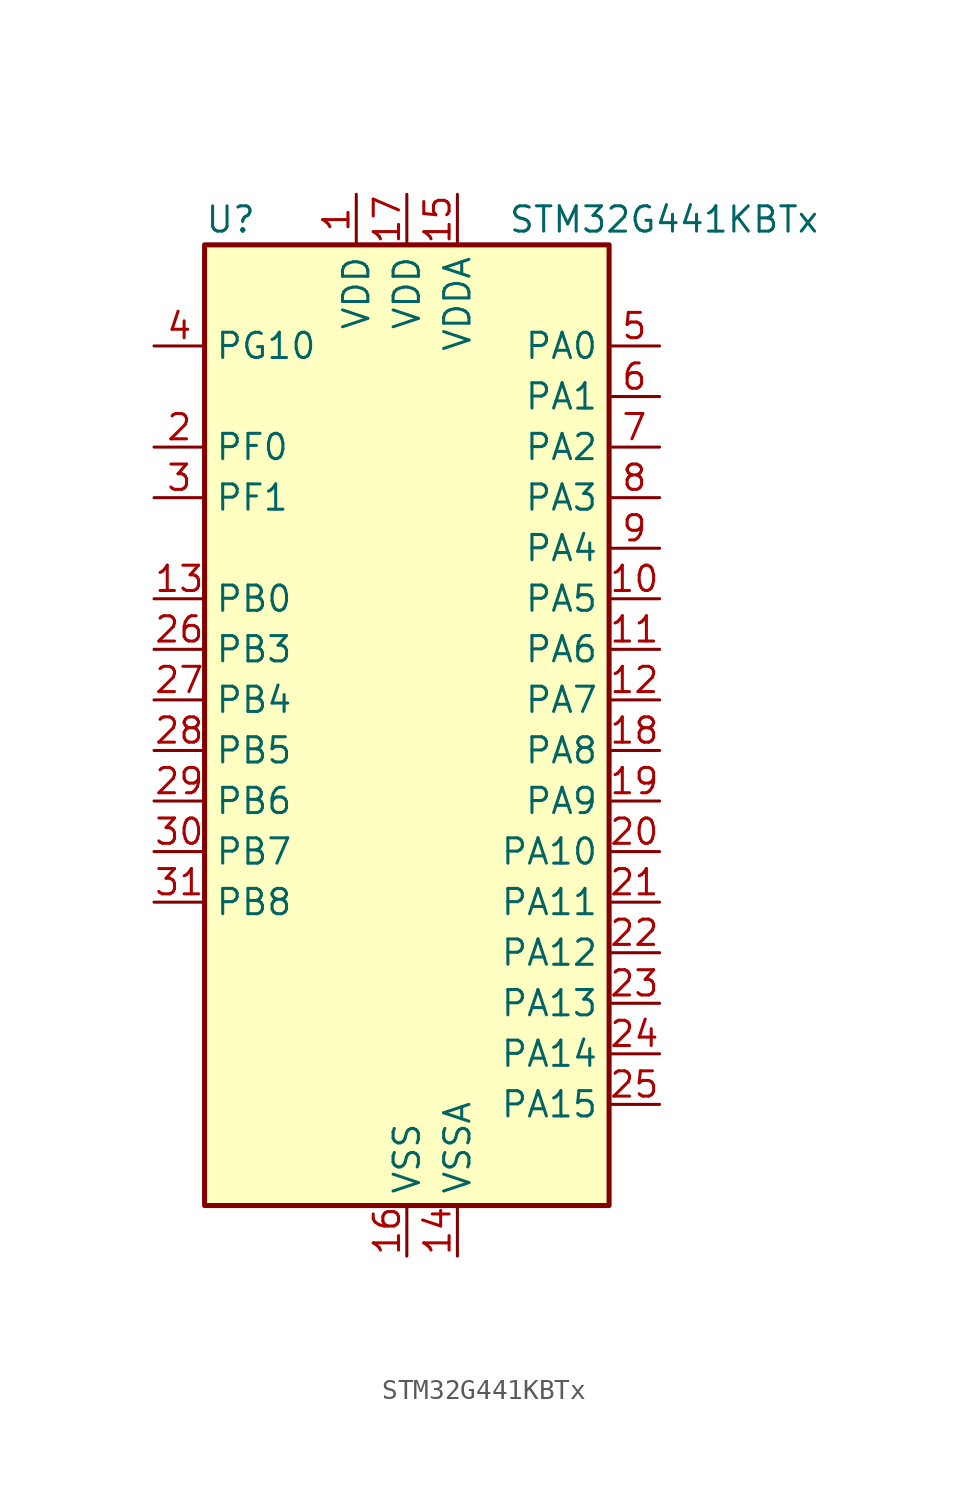
<source format=kicad_sym>
(kicad_symbol_lib
  (version 20241209)
  (generator "kicad_symbol_editor")
  (generator_version "9.0")
  (symbol "STM32G441KBTx"
    (property "Reference" "U"
      (at -10.16 26.67 0)
      (effects (font (size 1.27 1.27)) (justify left)))
    (property "Value" "STM32G441KBTx"
      (at 5.08 26.67 0)
      (effects (font (size 1.27 1.27)) (justify left)))
    (symbol "STM32G441KBTx_0_1"
      (rectangle (start -10.16 -22.86) (end 10.16 25.4) (stroke (width 0.254) (type default)) (fill (type background))))
    (symbol "STM32G441KBTx_1_1"
      (pin bidirectional line (at -12.7 20.32 0) (length 2.54) (name "PG10" (effects (font (size 1.27 1.27)))) (number "4" (effects (font (size 1.27 1.27)))) (alternate "DAC1_EXTI10" bidirectional line) (alternate "DAC3_EXTI10" bidirectional line) (alternate "RCC_MCO" bidirectional line))
      (pin bidirectional line (at -12.7 15.24 0) (length 2.54) (name "PF0" (effects (font (size 1.27 1.27)))) (number "2" (effects (font (size 1.27 1.27)))) (alternate "ADC1_IN10" bidirectional line) (alternate "I2C2_SDA" bidirectional line) (alternate "I2S2_WS" bidirectional line) (alternate "RCC_OSC_IN" bidirectional line) (alternate "SPI2_NSS" bidirectional line) (alternate "TIM1_CH3N" bidirectional line))
      (pin bidirectional line (at -12.7 12.7 0) (length 2.54) (name "PF1" (effects (font (size 1.27 1.27)))) (number "3" (effects (font (size 1.27 1.27)))) (alternate "ADC2_IN10" bidirectional line) (alternate "COMP3_INM" bidirectional line) (alternate "I2S2_CK" bidirectional line) (alternate "RCC_OSC_OUT" bidirectional line) (alternate "SPI2_SCK" bidirectional line))
      (pin bidirectional line (at -12.7 7.62 0) (length 2.54) (name "PB0" (effects (font (size 1.27 1.27)))) (number "13" (effects (font (size 1.27 1.27)))) (alternate "ADC1_IN15" bidirectional line) (alternate "COMP4_INP" bidirectional line) (alternate "OPAMP2_VINP" bidirectional line) (alternate "OPAMP2_VINP_SEC" bidirectional line) (alternate "OPAMP3_VINP" bidirectional line) (alternate "OPAMP3_VINP_SEC" bidirectional line) (alternate "TIM1_CH2N" bidirectional line) (alternate "TIM3_CH3" bidirectional line) (alternate "TIM8_CH2N" bidirectional line) (alternate "UCPD1_FRSTX1" bidirectional line) (alternate "UCPD1_FRSTX2" bidirectional line))
      (pin bidirectional line (at -12.7 5.08 0) (length 2.54) (name "PB3" (effects (font (size 1.27 1.27)))) (number "26" (effects (font (size 1.27 1.27)))) (alternate "CRS_SYNC" bidirectional line) (alternate "I2S3_CK" bidirectional line) (alternate "SAI1_SCK_B" bidirectional line) (alternate "SPI1_SCK" bidirectional line) (alternate "SPI3_SCK" bidirectional line) (alternate "SYS_JTDO-SWO" bidirectional line) (alternate "TIM2_CH2" bidirectional line) (alternate "TIM3_ETR" bidirectional line) (alternate "TIM4_ETR" bidirectional line) (alternate "TIM8_CH1N" bidirectional line) (alternate "USART2_TX" bidirectional line))
      (pin bidirectional line (at -12.7 2.54 0) (length 2.54) (name "PB4" (effects (font (size 1.27 1.27)))) (number "27" (effects (font (size 1.27 1.27)))) (alternate "SAI1_MCLK_B" bidirectional line) (alternate "SPI1_MISO" bidirectional line) (alternate "SPI3_MISO" bidirectional line) (alternate "SYS_JTRST" bidirectional line) (alternate "TIM16_CH1" bidirectional line) (alternate "TIM17_BKIN" bidirectional line) (alternate "TIM3_CH1" bidirectional line) (alternate "TIM8_CH2N" bidirectional line) (alternate "UCPD1_CC2" bidirectional line) (alternate "USART2_RX" bidirectional line))
      (pin bidirectional line (at -12.7 0 0) (length 2.54) (name "PB5" (effects (font (size 1.27 1.27)))) (number "28" (effects (font (size 1.27 1.27)))) (alternate "I2C1_SMBA" bidirectional line) (alternate "I2C3_SDA" bidirectional line) (alternate "I2S3_SD" bidirectional line) (alternate "LPTIM1_IN1" bidirectional line) (alternate "SAI1_SD_B" bidirectional line) (alternate "SPI1_MOSI" bidirectional line) (alternate "SPI3_MOSI" bidirectional line) (alternate "TIM16_BKIN" bidirectional line) (alternate "TIM17_CH1" bidirectional line) (alternate "TIM3_CH2" bidirectional line) (alternate "TIM8_CH3N" bidirectional line) (alternate "USART2_CK" bidirectional line))
      (pin bidirectional line (at -12.7 -2.54 0) (length 2.54) (name "PB6" (effects (font (size 1.27 1.27)))) (number "29" (effects (font (size 1.27 1.27)))) (alternate "COMP4_OUT" bidirectional line) (alternate "LPTIM1_ETR" bidirectional line) (alternate "SAI1_FS_B" bidirectional line) (alternate "TIM16_CH1N" bidirectional line) (alternate "TIM4_CH1" bidirectional line) (alternate "TIM8_BKIN2" bidirectional line) (alternate "TIM8_CH1" bidirectional line) (alternate "TIM8_ETR" bidirectional line) (alternate "UCPD1_CC1" bidirectional line) (alternate "USART1_TX" bidirectional line))
      (pin bidirectional line (at -12.7 -5.08 0) (length 2.54) (name "PB7" (effects (font (size 1.27 1.27)))) (number "30" (effects (font (size 1.27 1.27)))) (alternate "COMP3_OUT" bidirectional line) (alternate "I2C1_SDA" bidirectional line) (alternate "LPTIM1_IN2" bidirectional line) (alternate "SYS_PVD_IN" bidirectional line) (alternate "TIM17_CH1N" bidirectional line) (alternate "TIM3_CH4" bidirectional line) (alternate "TIM4_CH2" bidirectional line) (alternate "TIM8_BKIN" bidirectional line) (alternate "USART1_RX" bidirectional line))
      (pin bidirectional line (at -12.7 -7.62 0) (length 2.54) (name "PB8" (effects (font (size 1.27 1.27)))) (number "31" (effects (font (size 1.27 1.27)))) (alternate "COMP1_OUT" bidirectional line) (alternate "FDCAN1_RX" bidirectional line) (alternate "I2C1_SCL" bidirectional line) (alternate "SAI1_CK1" bidirectional line) (alternate "SAI1_MCLK_A" bidirectional line) (alternate "TIM16_CH1" bidirectional line) (alternate "TIM1_BKIN" bidirectional line) (alternate "TIM4_CH3" bidirectional line) (alternate "TIM8_CH2" bidirectional line))
      (pin power_in line (at -2.54 27.94 270) (length 2.54) (name "VDD" (effects (font (size 1.27 1.27)))) (number "1" (effects (font (size 1.27 1.27)))))
      (pin power_in line (at 0 27.94 270) (length 2.54) (name "VDD" (effects (font (size 1.27 1.27)))) (number "17" (effects (font (size 1.27 1.27)))))
      (pin power_in line (at 0 -25.4 90) (length 2.54) (name "VSS" (effects (font (size 1.27 1.27)))) (number "16" (effects (font (size 1.27 1.27)))))
      (pin passive line (at 0 -25.4 90) (length 2.54) (hide yes) (name "VSS" (effects (font (size 1.27 1.27)))) (number "32" (effects (font (size 1.27 1.27)))))
      (pin power_in line (at 2.54 27.94 270) (length 2.54) (name "VDDA" (effects (font (size 1.27 1.27)))) (number "15" (effects (font (size 1.27 1.27)))))
      (pin power_in line (at 2.54 -25.4 90) (length 2.54) (name "VSSA" (effects (font (size 1.27 1.27)))) (number "14" (effects (font (size 1.27 1.27)))))
      (pin bidirectional line (at 12.7 20.32 180) (length 2.54) (name "PA0" (effects (font (size 1.27 1.27)))) (number "5" (effects (font (size 1.27 1.27)))) (alternate "ADC1_IN1" bidirectional line) (alternate "ADC2_IN1" bidirectional line) (alternate "COMP1_INM" bidirectional line) (alternate "COMP1_OUT" bidirectional line) (alternate "COMP3_INP" bidirectional line) (alternate "RTC_TAMP2" bidirectional line) (alternate "SYS_WKUP1" bidirectional line) (alternate "TIM2_CH1" bidirectional line) (alternate "TIM2_ETR" bidirectional line) (alternate "TIM8_BKIN" bidirectional line) (alternate "TIM8_ETR" bidirectional line) (alternate "USART2_CTS" bidirectional line) (alternate "USART2_NSS" bidirectional line))
      (pin bidirectional line (at 12.7 17.78 180) (length 2.54) (name "PA1" (effects (font (size 1.27 1.27)))) (number "6" (effects (font (size 1.27 1.27)))) (alternate "ADC1_IN2" bidirectional line) (alternate "ADC2_IN2" bidirectional line) (alternate "COMP1_INP" bidirectional line) (alternate "OPAMP1_VINP" bidirectional line) (alternate "OPAMP1_VINP_SEC" bidirectional line) (alternate "OPAMP3_VINP" bidirectional line) (alternate "OPAMP3_VINP_SEC" bidirectional line) (alternate "RTC_REFIN" bidirectional line) (alternate "TIM15_CH1N" bidirectional line) (alternate "TIM2_CH2" bidirectional line) (alternate "USART2_DE" bidirectional line) (alternate "USART2_RTS" bidirectional line))
      (pin bidirectional line (at 12.7 15.24 180) (length 2.54) (name "PA2" (effects (font (size 1.27 1.27)))) (number "7" (effects (font (size 1.27 1.27)))) (alternate "ADC1_IN3" bidirectional line) (alternate "COMP2_INM" bidirectional line) (alternate "COMP2_OUT" bidirectional line) (alternate "LPUART1_TX" bidirectional line) (alternate "OPAMP1_VOUT" bidirectional line) (alternate "RCC_LSCO" bidirectional line) (alternate "SYS_WKUP4" bidirectional line) (alternate "TIM15_CH1" bidirectional line) (alternate "TIM2_CH3" bidirectional line) (alternate "UCPD1_FRSTX1" bidirectional line) (alternate "UCPD1_FRSTX2" bidirectional line) (alternate "USART2_TX" bidirectional line))
      (pin bidirectional line (at 12.7 12.7 180) (length 2.54) (name "PA3" (effects (font (size 1.27 1.27)))) (number "8" (effects (font (size 1.27 1.27)))) (alternate "ADC1_IN4" bidirectional line) (alternate "COMP2_INP" bidirectional line) (alternate "LPUART1_RX" bidirectional line) (alternate "OPAMP1_VINM" bidirectional line) (alternate "OPAMP1_VINM0" bidirectional line) (alternate "OPAMP1_VINM_SEC" bidirectional line) (alternate "OPAMP1_VINP" bidirectional line) (alternate "OPAMP1_VINP_SEC" bidirectional line) (alternate "SAI1_CK1" bidirectional line) (alternate "SAI1_MCLK_A" bidirectional line) (alternate "TIM15_CH2" bidirectional line) (alternate "TIM2_CH4" bidirectional line) (alternate "USART2_RX" bidirectional line))
      (pin bidirectional line (at 12.7 10.16 180) (length 2.54) (name "PA4" (effects (font (size 1.27 1.27)))) (number "9" (effects (font (size 1.27 1.27)))) (alternate "ADC2_IN17" bidirectional line) (alternate "COMP1_INM" bidirectional line) (alternate "DAC1_OUT1" bidirectional line) (alternate "I2S3_WS" bidirectional line) (alternate "SAI1_FS_B" bidirectional line) (alternate "SPI1_NSS" bidirectional line) (alternate "SPI3_NSS" bidirectional line) (alternate "TIM3_CH2" bidirectional line) (alternate "USART2_CK" bidirectional line))
      (pin bidirectional line (at 12.7 7.62 180) (length 2.54) (name "PA5" (effects (font (size 1.27 1.27)))) (number "10" (effects (font (size 1.27 1.27)))) (alternate "ADC2_IN13" bidirectional line) (alternate "COMP2_INM" bidirectional line) (alternate "DAC1_OUT2" bidirectional line) (alternate "OPAMP2_VINM" bidirectional line) (alternate "OPAMP2_VINM0" bidirectional line) (alternate "OPAMP2_VINM_SEC" bidirectional line) (alternate "SPI1_SCK" bidirectional line) (alternate "TIM2_CH1" bidirectional line) (alternate "TIM2_ETR" bidirectional line) (alternate "UCPD1_FRSTX1" bidirectional line) (alternate "UCPD1_FRSTX2" bidirectional line))
      (pin bidirectional line (at 12.7 5.08 180) (length 2.54) (name "PA6" (effects (font (size 1.27 1.27)))) (number "11" (effects (font (size 1.27 1.27)))) (alternate "ADC2_IN3" bidirectional line) (alternate "COMP1_OUT" bidirectional line) (alternate "LPUART1_CTS" bidirectional line) (alternate "OPAMP2_VOUT" bidirectional line) (alternate "SPI1_MISO" bidirectional line) (alternate "TIM16_CH1" bidirectional line) (alternate "TIM1_BKIN" bidirectional line) (alternate "TIM3_CH1" bidirectional line) (alternate "TIM8_BKIN" bidirectional line))
      (pin bidirectional line (at 12.7 2.54 180) (length 2.54) (name "PA7" (effects (font (size 1.27 1.27)))) (number "12" (effects (font (size 1.27 1.27)))) (alternate "ADC2_IN4" bidirectional line) (alternate "COMP2_INP" bidirectional line) (alternate "COMP2_OUT" bidirectional line) (alternate "OPAMP1_VINP" bidirectional line) (alternate "OPAMP1_VINP_SEC" bidirectional line) (alternate "OPAMP2_VINP" bidirectional line) (alternate "OPAMP2_VINP_SEC" bidirectional line) (alternate "SPI1_MOSI" bidirectional line) (alternate "TIM17_CH1" bidirectional line) (alternate "TIM1_CH1N" bidirectional line) (alternate "TIM3_CH2" bidirectional line) (alternate "TIM8_CH1N" bidirectional line) (alternate "UCPD1_FRSTX1" bidirectional line) (alternate "UCPD1_FRSTX2" bidirectional line))
      (pin bidirectional line (at 12.7 0 180) (length 2.54) (name "PA8" (effects (font (size 1.27 1.27)))) (number "18" (effects (font (size 1.27 1.27)))) (alternate "I2C2_SDA" bidirectional line) (alternate "I2C3_SCL" bidirectional line) (alternate "I2S2_MCK" bidirectional line) (alternate "RCC_MCO" bidirectional line) (alternate "SAI1_CK2" bidirectional line) (alternate "SAI1_SCK_A" bidirectional line) (alternate "TIM1_CH1" bidirectional line) (alternate "TIM4_ETR" bidirectional line) (alternate "USART1_CK" bidirectional line))
      (pin bidirectional line (at 12.7 -2.54 180) (length 2.54) (name "PA9" (effects (font (size 1.27 1.27)))) (number "19" (effects (font (size 1.27 1.27)))) (alternate "DAC1_EXTI9" bidirectional line) (alternate "DAC3_EXTI9" bidirectional line) (alternate "I2C2_SCL" bidirectional line) (alternate "I2C3_SMBA" bidirectional line) (alternate "I2S3_MCK" bidirectional line) (alternate "SAI1_FS_A" bidirectional line) (alternate "TIM15_BKIN" bidirectional line) (alternate "TIM1_CH2" bidirectional line) (alternate "TIM2_CH3" bidirectional line) (alternate "UCPD1_DBCC1" bidirectional line) (alternate "USART1_TX" bidirectional line))
      (pin bidirectional line (at 12.7 -5.08 180) (length 2.54) (name "PA10" (effects (font (size 1.27 1.27)))) (number "20" (effects (font (size 1.27 1.27)))) (alternate "CRS_SYNC" bidirectional line) (alternate "DAC1_EXTI10" bidirectional line) (alternate "DAC3_EXTI10" bidirectional line) (alternate "I2C2_SMBA" bidirectional line) (alternate "SAI1_D1" bidirectional line) (alternate "SAI1_SD_A" bidirectional line) (alternate "SPI2_MISO" bidirectional line) (alternate "TIM17_BKIN" bidirectional line) (alternate "TIM1_CH3" bidirectional line) (alternate "TIM2_CH4" bidirectional line) (alternate "TIM8_BKIN" bidirectional line) (alternate "UCPD1_DBCC2" bidirectional line) (alternate "USART1_RX" bidirectional line))
      (pin bidirectional line (at 12.7 -7.62 180) (length 2.54) (name "PA11" (effects (font (size 1.27 1.27)))) (number "21" (effects (font (size 1.27 1.27)))) (alternate "ADC1_EXTI11" bidirectional line) (alternate "ADC2_EXTI11" bidirectional line) (alternate "COMP1_OUT" bidirectional line) (alternate "FDCAN1_RX" bidirectional line) (alternate "I2S2_SD" bidirectional line) (alternate "SPI2_MOSI" bidirectional line) (alternate "TIM1_BKIN2" bidirectional line) (alternate "TIM1_CH1N" bidirectional line) (alternate "TIM1_CH4" bidirectional line) (alternate "TIM4_CH1" bidirectional line) (alternate "USART1_CTS" bidirectional line) (alternate "USART1_NSS" bidirectional line) (alternate "USB_DM" bidirectional line))
      (pin bidirectional line (at 12.7 -10.16 180) (length 2.54) (name "PA12" (effects (font (size 1.27 1.27)))) (number "22" (effects (font (size 1.27 1.27)))) (alternate "COMP2_OUT" bidirectional line) (alternate "FDCAN1_TX" bidirectional line) (alternate "I2S_CKIN" bidirectional line) (alternate "TIM16_CH1" bidirectional line) (alternate "TIM1_CH2N" bidirectional line) (alternate "TIM1_ETR" bidirectional line) (alternate "TIM4_CH2" bidirectional line) (alternate "USART1_DE" bidirectional line) (alternate "USART1_RTS" bidirectional line) (alternate "USB_DP" bidirectional line))
      (pin bidirectional line (at 12.7 -12.7 180) (length 2.54) (name "PA13" (effects (font (size 1.27 1.27)))) (number "23" (effects (font (size 1.27 1.27)))) (alternate "I2C1_SCL" bidirectional line) (alternate "IR_OUT" bidirectional line) (alternate "SAI1_SD_B" bidirectional line) (alternate "SYS_JTMS-SWDIO" bidirectional line) (alternate "TIM16_CH1N" bidirectional line) (alternate "TIM4_CH3" bidirectional line))
      (pin bidirectional line (at 12.7 -15.24 180) (length 2.54) (name "PA14" (effects (font (size 1.27 1.27)))) (number "24" (effects (font (size 1.27 1.27)))) (alternate "I2C1_SDA" bidirectional line) (alternate "LPTIM1_OUT" bidirectional line) (alternate "SAI1_FS_B" bidirectional line) (alternate "SYS_JTCK-SWCLK" bidirectional line) (alternate "TIM1_BKIN" bidirectional line) (alternate "TIM8_CH2" bidirectional line) (alternate "USART2_TX" bidirectional line))
      (pin bidirectional line (at 12.7 -17.78 180) (length 2.54) (name "PA15" (effects (font (size 1.27 1.27)))) (number "25" (effects (font (size 1.27 1.27)))) (alternate "ADC1_EXTI15" bidirectional line) (alternate "ADC2_EXTI15" bidirectional line) (alternate "I2C1_SCL" bidirectional line) (alternate "I2S3_WS" bidirectional line) (alternate "SPI1_NSS" bidirectional line) (alternate "SPI3_NSS" bidirectional line) (alternate "SYS_JTDI" bidirectional line) (alternate "TIM1_BKIN" bidirectional line) (alternate "TIM2_CH1" bidirectional line) (alternate "TIM2_ETR" bidirectional line) (alternate "TIM8_CH1" bidirectional line) (alternate "USART2_RX" bidirectional line)))))
</source>
